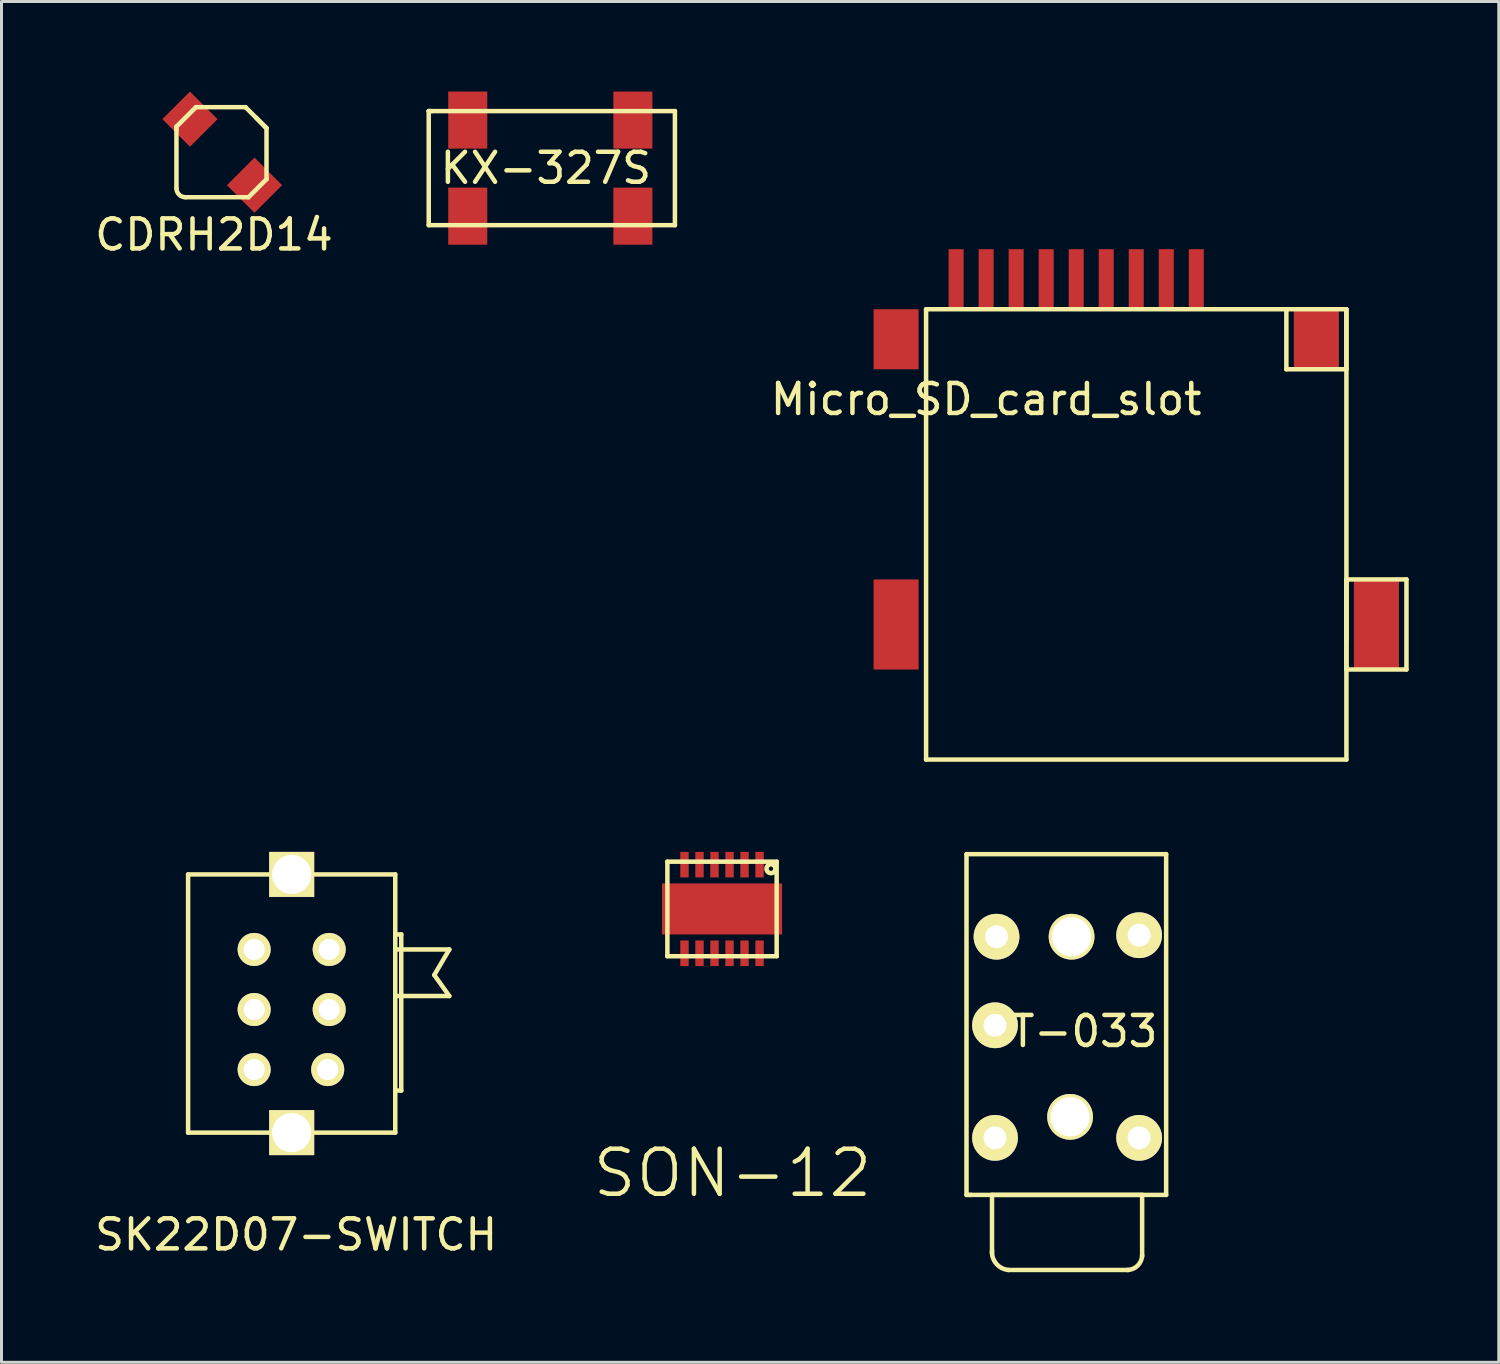
<source format=kicad_pcb>
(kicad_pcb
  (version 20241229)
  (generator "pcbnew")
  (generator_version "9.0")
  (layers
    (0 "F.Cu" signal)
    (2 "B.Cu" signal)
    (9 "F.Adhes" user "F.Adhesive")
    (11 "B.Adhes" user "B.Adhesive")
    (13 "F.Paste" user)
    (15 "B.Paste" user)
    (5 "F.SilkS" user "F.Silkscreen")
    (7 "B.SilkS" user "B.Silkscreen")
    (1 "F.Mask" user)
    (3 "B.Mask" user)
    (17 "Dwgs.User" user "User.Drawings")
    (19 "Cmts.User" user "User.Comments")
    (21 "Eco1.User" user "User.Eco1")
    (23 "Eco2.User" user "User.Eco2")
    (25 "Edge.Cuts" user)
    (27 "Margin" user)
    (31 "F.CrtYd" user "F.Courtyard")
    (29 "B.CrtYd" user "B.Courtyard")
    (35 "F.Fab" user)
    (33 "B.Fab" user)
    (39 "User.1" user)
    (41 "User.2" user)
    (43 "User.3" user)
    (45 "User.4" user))
  (footprint "CDRH2D14"
    (layer "F.Cu")
    (at 4.327 2.019)
    (property "Reference" "CDRH2D14" (at -0.25 2.75 0) (layer "F.SilkS") (effects (font (size 1 1) (thickness 0.15))))
    (attr through_hole)
    (fp_line (start -1.5 -0.75) (end -1.5 -0.85) (stroke (width 0.15) (type solid)) (layer "F.SilkS"))
    (fp_line (start -1.5 1.2) (end -1.5 -0.75) (stroke (width 0.15) (type solid)) (layer "F.SilkS"))
    (fp_line (start -0.85 -1.5) (end -1.5 -0.85) (stroke (width 0.15) (type solid)) (layer "F.SilkS"))
    (fp_line (start -0.85 -1.5) (end 0.8 -1.5) (stroke (width 0.15) (type solid)) (layer "F.SilkS"))
    (fp_line (start 0.9 1.5) (end -1.2 1.5) (stroke (width 0.15) (type solid)) (layer "F.SilkS"))
    (fp_line (start 0.9 1.5) (end 1.5 0.9) (stroke (width 0.15) (type solid)) (layer "F.SilkS"))
    (fp_line (start 1.15 -1.15) (end 1.45 -0.85) (stroke (width 0.15) (type solid)) (layer "F.SilkS"))
    (fp_line (start 1.45 -0.85) (end 1.5 -0.8) (stroke (width 0.15) (type solid)) (layer "F.SilkS"))
    (fp_line (start 1.5 -0.8) (end 0.8 -1.5) (stroke (width 0.15) (type solid)) (layer "F.SilkS"))
    (fp_line (start 1.5 -0.8) (end 1.5 0.9) (stroke (width 0.15) (type solid)) (layer "F.SilkS"))
    (fp_arc (start -1.2 1.5) (mid -1.412132 1.412132) (end -1.5 1.2) (stroke (width 0.15) (type solid)) (layer "F.SilkS"))
    (pad "1" smd rect (at -1.05 -1.1 45) (size 1.3 1.3) (layers "F.Cu" "F.Mask" "F.Paste"))
    (pad "2" smd rect (at 1.1 1.1 45) (size 1.3 1.3) (layers "F.Cu" "F.Mask" "F.Paste")))
  (footprint "Micro_SD_card_slot"
    (layer "F.Cu")
    (at 39.796 0.25)
    (property "Reference" "Micro_SD_card_slot" (at -10 10 0) (layer "F.SilkS") (effects (font (size 1 1) (thickness 0.15))))
    (attr through_hole)
    (fp_line (start -12 22) (end -12 7) (stroke (width 0.15) (type solid)) (layer "F.SilkS"))
    (fp_line (start 0 7) (end 0 9) (stroke (width 0.15) (type solid)) (layer "F.SilkS"))
    (fp_line (start 0 9) (end 2 9) (stroke (width 0.15) (type solid)) (layer "F.SilkS"))
    (fp_line (start 2 7) (end -12 7) (stroke (width 0.15) (type solid)) (layer "F.SilkS"))
    (fp_line (start 2 7) (end 2 22) (stroke (width 0.15) (type solid)) (layer "F.SilkS"))
    (fp_line (start 2 9) (end 2 7) (stroke (width 0.15) (type solid)) (layer "F.SilkS"))
    (fp_line (start 2 16) (end 2 18) (stroke (width 0.15) (type solid)) (layer "F.SilkS"))
    (fp_line (start 2 16) (end 2 19) (stroke (width 0.15) (type solid)) (layer "F.SilkS"))
    (fp_line (start 2 19) (end 4 19) (stroke (width 0.15) (type solid)) (layer "F.SilkS"))
    (fp_line (start 2 22) (end -12 22) (stroke (width 0.15) (type solid)) (layer "F.SilkS"))
    (fp_line (start 4 16) (end 2 16) (stroke (width 0.15) (type solid)) (layer "F.SilkS"))
    (fp_line (start 4 19) (end 4 16) (stroke (width 0.15) (type solid)) (layer "F.SilkS"))
    (pad "1" smd rect (at -3 6 180) (size 0.5 2) (layers "F.Cu" "F.Mask" "F.Paste"))
    (pad "2" smd rect (at -4 6 180) (size 0.5 2) (layers "F.Cu" "F.Mask" "F.Paste"))
    (pad "3" smd rect (at -5 6 180) (size 0.5 2) (layers "F.Cu" "F.Mask" "F.Paste"))
    (pad "4" smd rect (at -6 6 180) (size 0.5 2) (layers "F.Cu" "F.Mask" "F.Paste"))
    (pad "5" smd rect (at -7 6 180) (size 0.5 2) (layers "F.Cu" "F.Mask" "F.Paste"))
    (pad "6" smd rect (at -8 6 180) (size 0.5 2) (layers "F.Cu" "F.Mask" "F.Paste"))
    (pad "7" smd rect (at -9 6 180) (size 0.5 2) (layers "F.Cu" "F.Mask" "F.Paste"))
    (pad "8" smd rect (at -10 6 180) (size 0.5 2) (layers "F.Cu" "F.Mask" "F.Paste"))
    (pad "9" smd rect (at -11 6 180) (size 0.5 2) (layers "F.Cu" "F.Mask" "F.Paste"))
    (pad "10" smd rect (at -13 8) (size 1.5 2) (layers "F.Cu" "F.Mask" "F.Paste"))
    (pad "10" smd rect (at -13 17.5) (size 1.5 3) (layers "F.Cu" "F.Mask" "F.Paste"))
    (pad "10" smd rect (at 1 8) (size 1.5 2) (layers "F.Cu" "F.Mask" "F.Paste"))
    (pad "10" smd rect (at 3 17.5) (size 1.5 3) (layers "F.Cu" "F.Mask" "F.Paste")))
  (footprint "ST-033"
    (layer "F.Cu")
    (at 32.642 28.15)
    (property "Reference" "ST-033" (at -0.05 3.15 0) (layer "F.SilkS") (effects (font (size 1 1) (thickness 0.15))))
    (attr through_hole)
    (fp_line (start -3.5 -2.75) (end 3.15 -2.75) (stroke (width 0.15) (type solid)) (layer "F.SilkS"))
    (fp_line (start -3.5 8.6) (end -3.5 -2.75) (stroke (width 0.15) (type solid)) (layer "F.SilkS"))
    (fp_line (start -3.45 8.6) (end -3.35 8.6) (stroke (width 0.15) (type solid)) (layer "F.SilkS"))
    (fp_line (start -3.4 8.6) (end -3.5 8.6) (stroke (width 0.15) (type solid)) (layer "F.SilkS"))
    (fp_line (start -3.35 8.6) (end 3.15 8.6) (stroke (width 0.15) (type solid)) (layer "F.SilkS"))
    (fp_line (start -2.65 8.6) (end 2.35 8.6) (stroke (width 0.15) (type solid)) (layer "F.SilkS"))
    (fp_line (start -2.65 10.55) (end -2.65 8.6) (stroke (width 0.15) (type solid)) (layer "F.SilkS"))
    (fp_line (start 1.9 11.1) (end -2.1 11.1) (stroke (width 0.15) (type solid)) (layer "F.SilkS"))
    (fp_line (start 2.35 10.65) (end 2.35 8.6) (stroke (width 0.15) (type solid)) (layer "F.SilkS"))
    (fp_line (start 3.15 8.6) (end 3.15 -2.75) (stroke (width 0.15) (type solid)) (layer "F.SilkS"))
    (fp_arc (start -2.1 11.1) (mid -2.509619 10.888909) (end -2.65 10.45) (stroke (width 0.15) (type solid)) (layer "F.SilkS"))
    (fp_arc (start 2.35 10.6) (mid 2.203553 10.953553) (end 1.85 11.1) (stroke (width 0.15) (type solid)) (layer "F.SilkS"))
    (pad "1" thru_hole circle (at -2.5 0) (size 1.524 1.524) (drill 0.762) (layers "*.Cu" "*.Mask" "F.SilkS"))
    (pad "2" thru_hole circle (at -2.55 2.95) (size 1.524 1.524) (drill 0.762) (layers "*.Cu" "*.Mask" "F.SilkS"))
    (pad "3" thru_hole circle (at -2.55 6.7) (size 1.524 1.524) (drill 0.762) (layers "*.Cu" "*.Mask" "F.SilkS"))
    (pad "4" thru_hole circle (at 2.25 -0.05) (size 1.524 1.524) (drill 0.762) (layers "*.Cu" "*.Mask" "F.SilkS"))
    (pad "5" thru_hole circle (at 2.25 6.7) (size 1.524 1.524) (drill 0.762) (layers "*.Cu" "*.Mask" "F.SilkS"))
    (pad "6" thru_hole circle (at -0.05 6) (size 1.524 1.524) (drill 1.3) (layers "*.Cu" "*.Mask" "F.SilkS"))
    (pad "7" thru_hole circle (at 0 0) (size 1.524 1.524) (drill 1.3) (layers "*.Cu" "*.Mask" "F.SilkS")))
  (footprint "SK22D07-SWITCH"
    (layer "F.Cu")
    (at 6.665 26.075)
    (property "Reference" "SK22D07-SWITCH" (at 0.15 12 0) (layer "F.SilkS") (effects (font (size 1 1) (thickness 0.15))))
    (attr through_hole)
    (fp_line (start -3.45 0) (end -3.45 8.6) (stroke (width 0.15) (type solid)) (layer "F.SilkS"))
    (fp_line (start 3.45 0) (end -3.45 0) (stroke (width 0.15) (type solid)) (layer "F.SilkS"))
    (fp_line (start 3.45 2) (end 3.65 2) (stroke (width 0.15) (type solid)) (layer "F.SilkS"))
    (fp_line (start 3.45 2.5) (end 5.25 2.5) (stroke (width 0.15) (type solid)) (layer "F.SilkS"))
    (fp_line (start 3.45 8.6) (end -3.45 8.6) (stroke (width 0.15) (type solid)) (layer "F.SilkS"))
    (fp_line (start 3.45 8.6) (end 3.45 0) (stroke (width 0.15) (type solid)) (layer "F.SilkS"))
    (fp_line (start 3.65 2) (end 3.65 7.2) (stroke (width 0.15) (type solid)) (layer "F.SilkS"))
    (fp_line (start 3.65 7.2) (end 3.45 7.2) (stroke (width 0.15) (type solid)) (layer "F.SilkS"))
    (fp_line (start 4.75 3.35) (end 5.25 4.05) (stroke (width 0.15) (type solid)) (layer "F.SilkS"))
    (fp_line (start 5.25 2.5) (end 4.75 3.35) (stroke (width 0.15) (type solid)) (layer "F.SilkS"))
    (fp_line (start 5.25 4.05) (end 3.45 4.05) (stroke (width 0.15) (type solid)) (layer "F.SilkS"))
    (pad "0" thru_hole rect (at 0 0) (size 1.5 1.5) (drill 1.3) (layers "*.Cu" "*.Mask" "F.SilkS"))
    (pad "0" thru_hole rect (at 0 8.6) (size 1.5 1.5) (drill 1.3) (layers "*.Cu" "*.Mask" "F.SilkS"))
    (pad "1" thru_hole circle (at -1.25 2.5) (size 1.1 1.1) (drill 0.7) (layers "*.Cu" "*.Mask" "F.SilkS"))
    (pad "1" thru_hole circle (at -1.25 4.5) (size 1.1 1.1) (drill 0.7) (layers "*.Cu" "*.Mask" "F.SilkS"))
    (pad "1" thru_hole circle (at -1.25 6.5) (size 1.1 1.1) (drill 0.7) (layers "*.Cu" "*.Mask" "F.SilkS"))
    (pad "1" thru_hole circle (at 1.2 6.5) (size 1.1 1.1) (drill 0.7) (layers "*.Cu" "*.Mask" "F.SilkS"))
    (pad "1" thru_hole circle (at 1.25 2.5) (size 1.1 1.1) (drill 0.7) (layers "*.Cu" "*.Mask" "F.SilkS"))
    (pad "1" thru_hole circle (at 1.25 4.5) (size 1.1 1.1) (drill 0.7) (layers "*.Cu" "*.Mask" "F.SilkS")))
  (footprint "SON-12"
    (layer "F.Cu")
    (at 21.349 27.225)
    (property "Reference" "SON-12" (at 0 8.8 0) (layer "F.SilkS") (effects (font (size 1.5 1.5) (thickness 0.15))))
    (attr through_hole)
    (fp_line (start -2.175 -1.575) (end 1.475 -1.575) (stroke (width 0.15) (type solid)) (layer "F.SilkS"))
    (fp_line (start -2.17 -1.57) (end -2.17 1.57) (stroke (width 0.15) (type solid)) (layer "F.SilkS"))
    (fp_line (start 1.47 1.57) (end 1.47 -1.57) (stroke (width 0.15) (type solid)) (layer "F.SilkS"))
    (fp_line (start 1.475 1.575) (end -2.175 1.575) (stroke (width 0.15) (type solid)) (layer "F.SilkS"))
    (fp_circle (center 1.28 -1.34) (end 1.3 -1.41) (stroke (width 0.15) (type solid)) (fill no) (layer "F.SilkS"))
    (pad "1" smd rect (at 0.9 -1.475 180) (size 0.28 0.85) (layers "F.Cu" "F.Mask" "F.Paste"))
    (pad "2" smd rect (at 0.4 -1.475 180) (size 0.28 0.85) (layers "F.Cu" "F.Mask" "F.Paste"))
    (pad "3" smd rect (at -0.1 -1.475 180) (size 0.28 0.85) (layers "F.Cu" "F.Mask" "F.Paste"))
    (pad "4" smd rect (at -0.6 -1.475 180) (size 0.28 0.85) (layers "F.Cu" "F.Mask" "F.Paste"))
    (pad "5" smd rect (at -1.1 -1.475 180) (size 0.28 0.85) (layers "F.Cu" "F.Mask" "F.Paste"))
    (pad "6" smd rect (at -1.6 -1.475 180) (size 0.28 0.85) (layers "F.Cu" "F.Mask" "F.Paste"))
    (pad "7" smd rect (at -1.6 1.475 180) (size 0.28 0.85) (layers "F.Cu" "F.Mask" "F.Paste"))
    (pad "8" smd rect (at -1.1 1.475 180) (size 0.28 0.85) (layers "F.Cu" "F.Mask" "F.Paste"))
    (pad "9" smd rect (at -0.6 1.475 180) (size 0.28 0.85) (layers "F.Cu" "F.Mask" "F.Paste"))
    (pad "10" smd rect (at -0.1 1.475 180) (size 0.28 0.85) (layers "F.Cu" "F.Mask" "F.Paste"))
    (pad "11" smd rect (at -0.35 0 180) (size 4 1.7) (layers "F.Cu" "F.Mask" "F.Paste"))
    (pad "11" smd rect (at 0.4 1.475 180) (size 0.28 0.85) (layers "F.Cu" "F.Mask" "F.Paste"))
    (pad "12" smd rect (at 0.9 1.475 180) (size 0.28 0.85) (layers "F.Cu" "F.Mask" "F.Paste")))
  (footprint "KX-327S"
    (layer "F.Cu")
    (at 15.33 2.55)
    (property "Reference" "KX-327S" (at -0.2 0 0) (layer "F.SilkS") (effects (font (size 1 1) (thickness 0.15))))
    (attr through_hole)
    (fp_line (start -4.1 -1.9) (end -4.1 1.9) (stroke (width 0.15) (type solid)) (layer "F.SilkS"))
    (fp_line (start -4.1 -1.9) (end 4.1 -1.9) (stroke (width 0.15) (type solid)) (layer "F.SilkS"))
    (fp_line (start -4 -1.9) (end -4.1 -1.9) (stroke (width 0.15) (type solid)) (layer "F.SilkS"))
    (fp_line (start 4.1 -1.9) (end 4.1 1.9) (stroke (width 0.15) (type solid)) (layer "F.SilkS"))
    (fp_line (start 4.1 1.9) (end -4.1 1.9) (stroke (width 0.15) (type solid)) (layer "F.SilkS"))
    (pad "1" smd rect (at -2.8 -1.6 180) (size 1.3 1.9) (layers "F.Cu" "F.Mask" "F.Paste"))
    (pad "2" smd rect (at -2.8 1.6 180) (size 1.3 1.9) (layers "F.Cu" "F.Mask" "F.Paste"))
    (pad "3" smd rect (at 2.7 -1.6) (size 1.3 1.9) (layers "F.Cu" "F.Mask" "F.Paste"))
    (pad "4" smd rect (at 2.7 1.6) (size 1.3 1.9) (layers "F.Cu" "F.Mask" "F.Paste")))
  (gr_rect
    (start -3 -3)
    (end 46.871 42.325)
    (stroke (width 0.1) (type default))
    (fill no)
    (layer "Edge.Cuts")))
</source>
